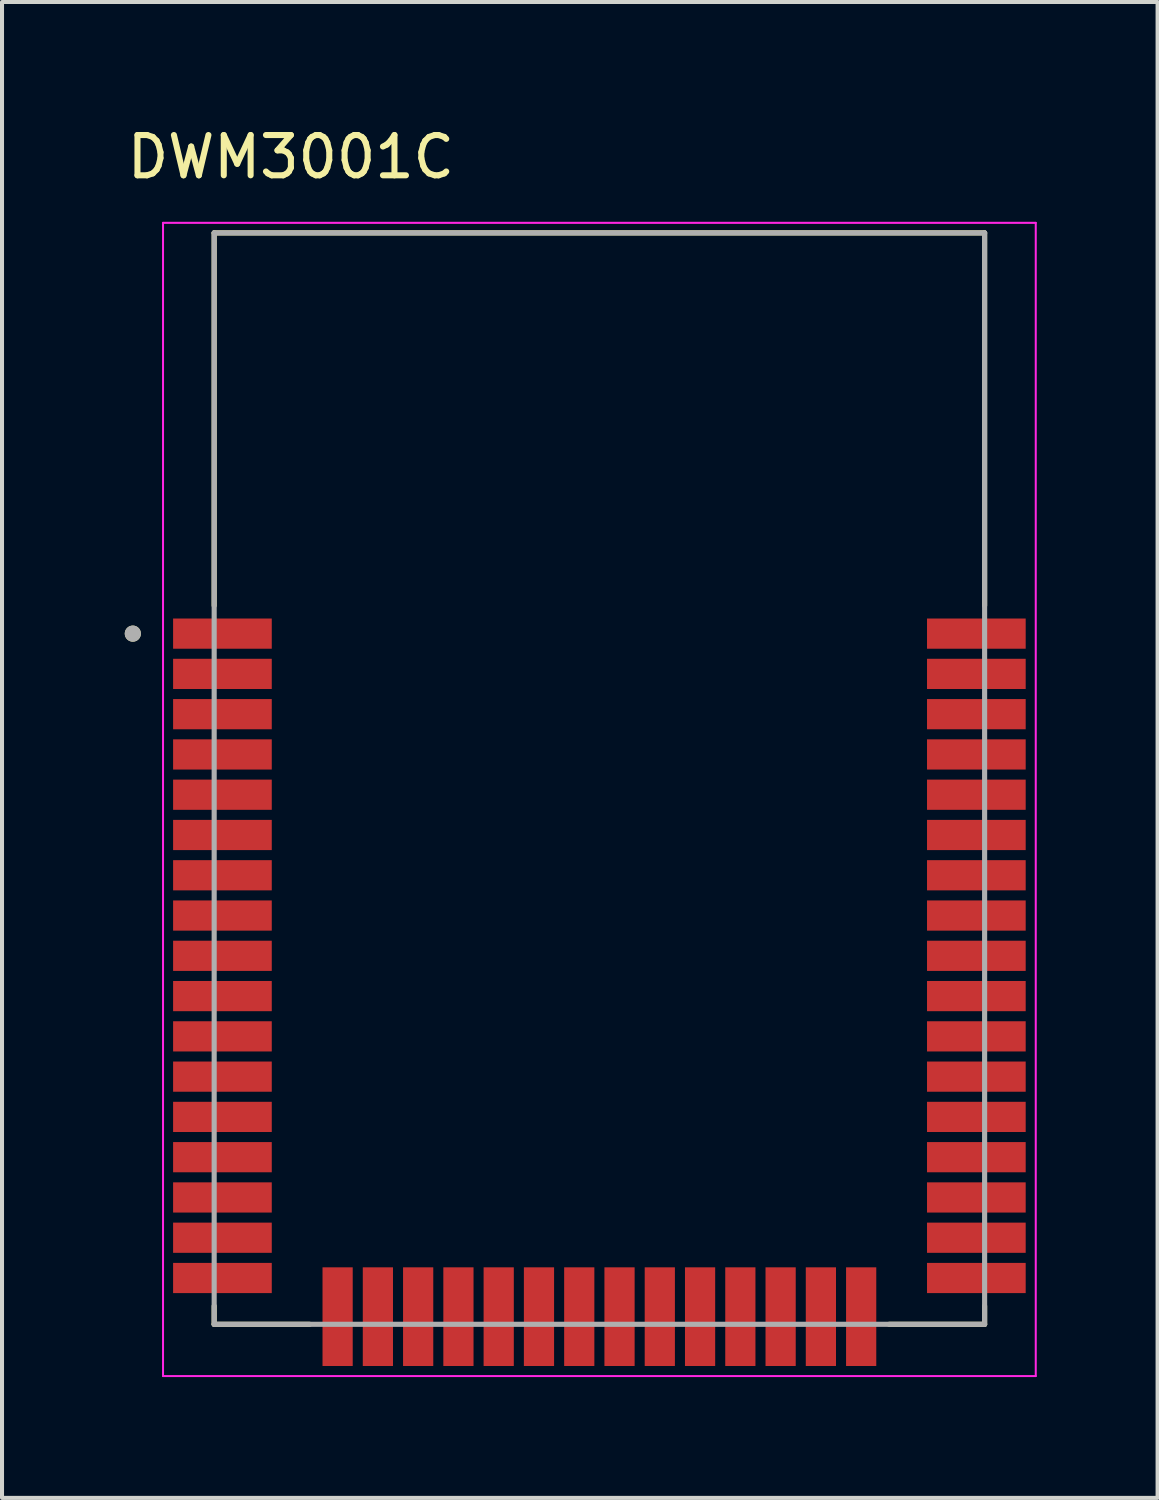
<source format=kicad_pcb>
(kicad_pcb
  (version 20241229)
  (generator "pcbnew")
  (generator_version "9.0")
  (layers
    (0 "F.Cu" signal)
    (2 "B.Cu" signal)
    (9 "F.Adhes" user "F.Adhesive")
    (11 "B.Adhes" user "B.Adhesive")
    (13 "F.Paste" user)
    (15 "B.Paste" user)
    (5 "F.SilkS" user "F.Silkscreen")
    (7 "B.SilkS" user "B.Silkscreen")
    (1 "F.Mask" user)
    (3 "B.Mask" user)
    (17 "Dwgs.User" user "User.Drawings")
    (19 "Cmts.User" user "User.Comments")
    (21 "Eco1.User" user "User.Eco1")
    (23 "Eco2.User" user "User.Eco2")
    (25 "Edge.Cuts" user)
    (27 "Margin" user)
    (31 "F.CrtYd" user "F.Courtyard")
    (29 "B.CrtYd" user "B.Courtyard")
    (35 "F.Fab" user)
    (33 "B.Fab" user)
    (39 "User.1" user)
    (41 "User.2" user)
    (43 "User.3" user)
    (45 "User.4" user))
  (footprint "DWM3001C"
    (layer "F.Cu")
    (at 11.833 16.283)
    (property "Reference" "DWM3001C" (at -7.66 -15.435 0) (layer "F.SilkS") (effects (font (size 1 1) (thickness 0.15))))
    (attr smd)
    (fp_line (start -9.565 -13.55) (end 9.565 -13.55) (stroke (width 0.127) (type solid)) (layer "F.SilkS"))
    (fp_line (start -9.565 -4.295) (end -9.565 -13.55) (stroke (width 0.127) (type solid)) (layer "F.SilkS"))
    (fp_line (start -9.565 13.55) (end -9.565 13.095) (stroke (width 0.127) (type solid)) (layer "F.SilkS"))
    (fp_line (start -7.195 13.55) (end -9.565 13.55) (stroke (width 0.127) (type solid)) (layer "F.SilkS"))
    (fp_line (start 9.565 -13.55) (end 9.565 -4.295) (stroke (width 0.127) (type solid)) (layer "F.SilkS"))
    (fp_line (start 9.565 13.55) (end 7.195 13.55) (stroke (width 0.127) (type solid)) (layer "F.SilkS"))
    (fp_line (start 9.565 13.55) (end 9.565 13.095) (stroke (width 0.127) (type solid)) (layer "F.SilkS"))
    (fp_circle (center -11.585 -3.6) (end -11.485 -3.6) (stroke (width 0.2) (type solid)) (fill no) (layer "F.SilkS"))
    (fp_line (start -10.835 -13.8) (end -10.835 14.835) (stroke (width 0.05) (type solid)) (layer "F.CrtYd"))
    (fp_line (start -10.835 14.835) (end 10.835 14.835) (stroke (width 0.05) (type solid)) (layer "F.CrtYd"))
    (fp_line (start 10.835 -13.8) (end -10.835 -13.8) (stroke (width 0.05) (type solid)) (layer "F.CrtYd"))
    (fp_line (start 10.835 14.835) (end 10.835 -13.8) (stroke (width 0.05) (type solid)) (layer "F.CrtYd"))
    (fp_line (start -9.565 -13.55) (end 9.565 -13.55) (stroke (width 0.127) (type solid)) (layer "F.Fab"))
    (fp_line (start -9.565 13.55) (end -9.565 -13.55) (stroke (width 0.127) (type solid)) (layer "F.Fab"))
    (fp_line (start 9.565 -13.55) (end 9.565 13.55) (stroke (width 0.127) (type solid)) (layer "F.Fab"))
    (fp_line (start 9.565 13.55) (end -9.565 13.55) (stroke (width 0.127) (type solid)) (layer "F.Fab"))
    (fp_circle (center -11.585 -3.6) (end -11.485 -3.6) (stroke (width 0.2) (type solid)) (fill no) (layer "F.Fab"))
    (pad "1" smd rect (at -9.36 -3.6) (size 2.45 0.75) (layers "F.Cu" "F.Mask" "F.Paste"))
    (pad "2" smd rect (at -9.36 -2.6) (size 2.45 0.75) (layers "F.Cu" "F.Mask" "F.Paste"))
    (pad "3" smd rect (at -9.36 -1.6) (size 2.45 0.75) (layers "F.Cu" "F.Mask" "F.Paste"))
    (pad "4" smd rect (at -9.36 -0.6) (size 2.45 0.75) (layers "F.Cu" "F.Mask" "F.Paste"))
    (pad "5" smd rect (at -9.36 0.4) (size 2.45 0.75) (layers "F.Cu" "F.Mask" "F.Paste"))
    (pad "6" smd rect (at -9.36 1.4) (size 2.45 0.75) (layers "F.Cu" "F.Mask" "F.Paste"))
    (pad "7" smd rect (at -9.36 2.4) (size 2.45 0.75) (layers "F.Cu" "F.Mask" "F.Paste"))
    (pad "8" smd rect (at -9.36 3.4) (size 2.45 0.75) (layers "F.Cu" "F.Mask" "F.Paste"))
    (pad "9" smd rect (at -9.36 4.4) (size 2.45 0.75) (layers "F.Cu" "F.Mask" "F.Paste"))
    (pad "10" smd rect (at -9.36 5.4) (size 2.45 0.75) (layers "F.Cu" "F.Mask" "F.Paste"))
    (pad "11" smd rect (at -9.36 6.4) (size 2.45 0.75) (layers "F.Cu" "F.Mask" "F.Paste"))
    (pad "12" smd rect (at -9.36 7.4) (size 2.45 0.75) (layers "F.Cu" "F.Mask" "F.Paste"))
    (pad "13" smd rect (at -9.36 8.4) (size 2.45 0.75) (layers "F.Cu" "F.Mask" "F.Paste"))
    (pad "14" smd rect (at -9.36 9.4) (size 2.45 0.75) (layers "F.Cu" "F.Mask" "F.Paste"))
    (pad "15" smd rect (at -9.36 10.4) (size 2.45 0.75) (layers "F.Cu" "F.Mask" "F.Paste"))
    (pad "16" smd rect (at -9.36 11.4) (size 2.45 0.75) (layers "F.Cu" "F.Mask" "F.Paste"))
    (pad "17" smd rect (at -9.36 12.4) (size 2.45 0.75) (layers "F.Cu" "F.Mask" "F.Paste"))
    (pad "18" smd rect (at -6.5 13.36) (size 0.75 2.45) (layers "F.Cu" "F.Mask" "F.Paste"))
    (pad "19" smd rect (at -5.5 13.36) (size 0.75 2.45) (layers "F.Cu" "F.Mask" "F.Paste"))
    (pad "20" smd rect (at -4.5 13.36) (size 0.75 2.45) (layers "F.Cu" "F.Mask" "F.Paste"))
    (pad "21" smd rect (at -3.5 13.36) (size 0.75 2.45) (layers "F.Cu" "F.Mask" "F.Paste"))
    (pad "22" smd rect (at -2.5 13.36) (size 0.75 2.45) (layers "F.Cu" "F.Mask" "F.Paste"))
    (pad "23" smd rect (at -1.5 13.36) (size 0.75 2.45) (layers "F.Cu" "F.Mask" "F.Paste"))
    (pad "24" smd rect (at -0.5 13.36) (size 0.75 2.45) (layers "F.Cu" "F.Mask" "F.Paste"))
    (pad "25" smd rect (at 0.5 13.36) (size 0.75 2.45) (layers "F.Cu" "F.Mask" "F.Paste"))
    (pad "26" smd rect (at 1.5 13.36) (size 0.75 2.45) (layers "F.Cu" "F.Mask" "F.Paste"))
    (pad "27" smd rect (at 2.5 13.36) (size 0.75 2.45) (layers "F.Cu" "F.Mask" "F.Paste"))
    (pad "28" smd rect (at 3.5 13.36) (size 0.75 2.45) (layers "F.Cu" "F.Mask" "F.Paste"))
    (pad "29" smd rect (at 4.5 13.36) (size 0.75 2.45) (layers "F.Cu" "F.Mask" "F.Paste"))
    (pad "30" smd rect (at 5.5 13.36) (size 0.75 2.45) (layers "F.Cu" "F.Mask" "F.Paste"))
    (pad "31" smd rect (at 6.5 13.36) (size 0.75 2.45) (layers "F.Cu" "F.Mask" "F.Paste"))
    (pad "32" smd rect (at 9.36 12.4) (size 2.45 0.75) (layers "F.Cu" "F.Mask" "F.Paste"))
    (pad "33" smd rect (at 9.36 11.4) (size 2.45 0.75) (layers "F.Cu" "F.Mask" "F.Paste"))
    (pad "34" smd rect (at 9.36 10.4) (size 2.45 0.75) (layers "F.Cu" "F.Mask" "F.Paste"))
    (pad "35" smd rect (at 9.36 9.4) (size 2.45 0.75) (layers "F.Cu" "F.Mask" "F.Paste"))
    (pad "36" smd rect (at 9.36 8.4) (size 2.45 0.75) (layers "F.Cu" "F.Mask" "F.Paste"))
    (pad "37" smd rect (at 9.36 7.4) (size 2.45 0.75) (layers "F.Cu" "F.Mask" "F.Paste"))
    (pad "38" smd rect (at 9.36 6.4) (size 2.45 0.75) (layers "F.Cu" "F.Mask" "F.Paste"))
    (pad "39" smd rect (at 9.36 5.4) (size 2.45 0.75) (layers "F.Cu" "F.Mask" "F.Paste"))
    (pad "40" smd rect (at 9.36 4.4) (size 2.45 0.75) (layers "F.Cu" "F.Mask" "F.Paste"))
    (pad "41" smd rect (at 9.36 3.4) (size 2.45 0.75) (layers "F.Cu" "F.Mask" "F.Paste"))
    (pad "42" smd rect (at 9.36 2.4) (size 2.45 0.75) (layers "F.Cu" "F.Mask" "F.Paste"))
    (pad "43" smd rect (at 9.36 1.4) (size 2.45 0.75) (layers "F.Cu" "F.Mask" "F.Paste"))
    (pad "44" smd rect (at 9.36 0.4) (size 2.45 0.75) (layers "F.Cu" "F.Mask" "F.Paste"))
    (pad "45" smd rect (at 9.36 -0.6) (size 2.45 0.75) (layers "F.Cu" "F.Mask" "F.Paste"))
    (pad "46" smd rect (at 9.36 -1.6) (size 2.45 0.75) (layers "F.Cu" "F.Mask" "F.Paste"))
    (pad "47" smd rect (at 9.36 -2.6) (size 2.45 0.75) (layers "F.Cu" "F.Mask" "F.Paste"))
    (pad "48" smd rect (at 9.36 -3.6) (size 2.45 0.75) (layers "F.Cu" "F.Mask" "F.Paste"))
    (zone (net_name "") (layer "F.Cu") (hatch full 0.508) (connect_pads) (min_thickness 0.01) (filled_areas_thickness no) (keepout (tracks not_allowed) (vias not_allowed) (pads not_allowed) (copperpour not_allowed) (footprints allowed)) (placement (enabled no)) (fill) (polygon (pts (xy 2.268 2.733) (xy 21.398 2.733) (xy 21.398 12.063) (xy 2.268 12.063))))
    (zone (net_name "") (layers "F.Cu" "B.Cu") (hatch full 0.508) (connect_pads) (min_thickness 0.01) (filled_areas_thickness no) (keepout (tracks allowed) (vias not_allowed) (pads allowed) (copperpour allowed) (footprints allowed)) (placement (enabled no)) (fill) (polygon (pts (xy 2.268 2.733) (xy 21.398 2.733) (xy 21.398 12.063) (xy 2.268 12.063))))
    (zone (net_name "") (layer "B.Cu") (hatch full 0.508) (connect_pads) (min_thickness 0.01) (filled_areas_thickness no) (keepout (tracks not_allowed) (vias not_allowed) (pads not_allowed) (copperpour not_allowed) (footprints allowed)) (placement (enabled no)) (fill) (polygon (pts (xy 2.268 2.733) (xy 21.398 2.733) (xy 21.398 12.063) (xy 2.268 12.063)))))
  (gr_rect
    (start -3 -3)
    (end 25.693 34.143)
    (stroke (width 0.1) (type default))
    (fill no)
    (layer "Edge.Cuts")))
</source>
